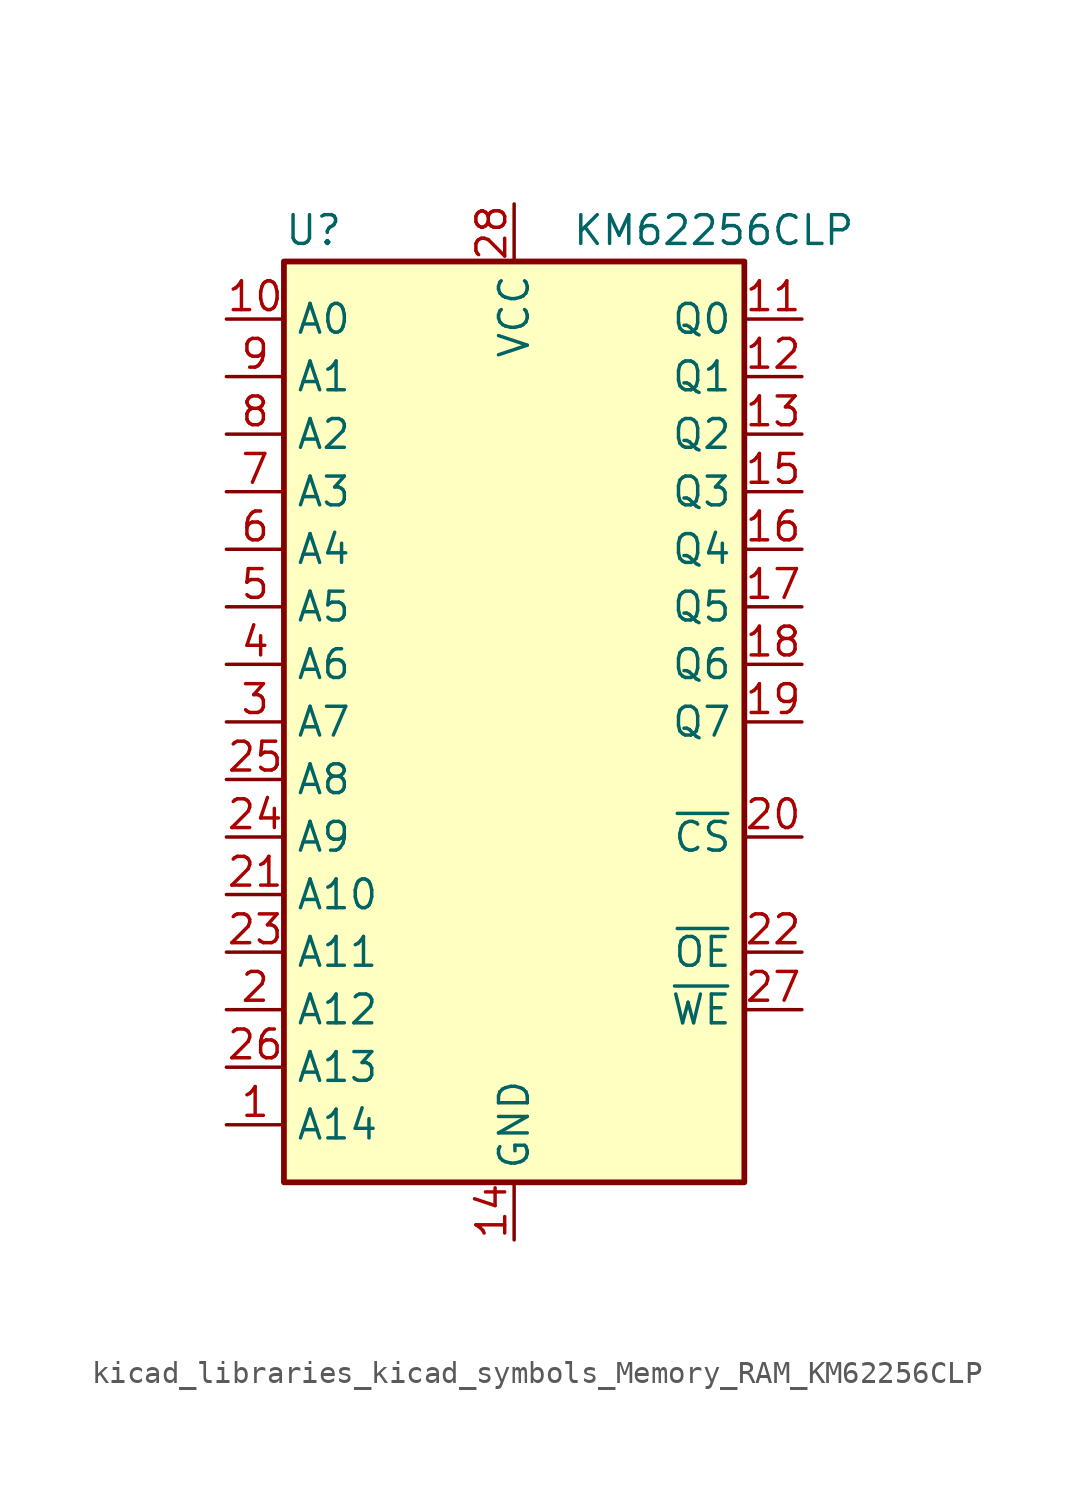
<source format=kicad_sym>
(kicad_symbol_lib
  (version 20220914)
  (generator kicad_symbol_editor)
  (symbol "kicad_libraries_kicad_symbols_Memory_RAM_KM62256CLP"
    (property "Reference" "U"
      (at -10.16 20.955 0)
      (effects (font (size 1.27 1.27)) (justify left bottom)))
    (property "Value" "KM62256CLP"
      (at 2.54 20.955 0)
      (effects (font (size 1.27 1.27)) (justify left bottom)))
    (symbol "kicad_libraries_kicad_symbols_Memory_RAM_KM62256CLP_0_0"
      (pin power_in line (at 0 -22.86 90) (length 2.54) (name "GND" (effects (font (size 1.27 1.27)))) (number "14" (effects (font (size 1.27 1.27)))))
      (pin power_in line (at 0 22.86 270) (length 2.54) (name "VCC" (effects (font (size 1.27 1.27)))) (number "28" (effects (font (size 1.27 1.27))))))
    (symbol "kicad_libraries_kicad_symbols_Memory_RAM_KM62256CLP_0_1"
      (rectangle (start -10.16 20.32) (end 10.16 -20.32) (stroke (width 0.254) (type default)) (fill (type background))))
    (symbol "kicad_libraries_kicad_symbols_Memory_RAM_KM62256CLP_1_1"
      (pin input line (at -12.7 -17.78 0) (length 2.54) (name "A14" (effects (font (size 1.27 1.27)))) (number "1" (effects (font (size 1.27 1.27)))))
      (pin input line (at -12.7 17.78 0) (length 2.54) (name "A0" (effects (font (size 1.27 1.27)))) (number "10" (effects (font (size 1.27 1.27)))))
      (pin tri_state line (at 12.7 17.78 180) (length 2.54) (name "Q0" (effects (font (size 1.27 1.27)))) (number "11" (effects (font (size 1.27 1.27)))))
      (pin tri_state line (at 12.7 15.24 180) (length 2.54) (name "Q1" (effects (font (size 1.27 1.27)))) (number "12" (effects (font (size 1.27 1.27)))))
      (pin tri_state line (at 12.7 12.7 180) (length 2.54) (name "Q2" (effects (font (size 1.27 1.27)))) (number "13" (effects (font (size 1.27 1.27)))))
      (pin tri_state line (at 12.7 10.16 180) (length 2.54) (name "Q3" (effects (font (size 1.27 1.27)))) (number "15" (effects (font (size 1.27 1.27)))))
      (pin tri_state line (at 12.7 7.62 180) (length 2.54) (name "Q4" (effects (font (size 1.27 1.27)))) (number "16" (effects (font (size 1.27 1.27)))))
      (pin tri_state line (at 12.7 5.08 180) (length 2.54) (name "Q5" (effects (font (size 1.27 1.27)))) (number "17" (effects (font (size 1.27 1.27)))))
      (pin tri_state line (at 12.7 2.54 180) (length 2.54) (name "Q6" (effects (font (size 1.27 1.27)))) (number "18" (effects (font (size 1.27 1.27)))))
      (pin tri_state line (at 12.7 0 180) (length 2.54) (name "Q7" (effects (font (size 1.27 1.27)))) (number "19" (effects (font (size 1.27 1.27)))))
      (pin input line (at -12.7 -12.7 0) (length 2.54) (name "A12" (effects (font (size 1.27 1.27)))) (number "2" (effects (font (size 1.27 1.27)))))
      (pin input line (at 12.7 -5.08 180) (length 2.54) (name "~{CS}" (effects (font (size 1.27 1.27)))) (number "20" (effects (font (size 1.27 1.27)))))
      (pin input line (at -12.7 -7.62 0) (length 2.54) (name "A10" (effects (font (size 1.27 1.27)))) (number "21" (effects (font (size 1.27 1.27)))))
      (pin input line (at 12.7 -10.16 180) (length 2.54) (name "~{OE}" (effects (font (size 1.27 1.27)))) (number "22" (effects (font (size 1.27 1.27)))))
      (pin input line (at -12.7 -10.16 0) (length 2.54) (name "A11" (effects (font (size 1.27 1.27)))) (number "23" (effects (font (size 1.27 1.27)))))
      (pin input line (at -12.7 -5.08 0) (length 2.54) (name "A9" (effects (font (size 1.27 1.27)))) (number "24" (effects (font (size 1.27 1.27)))))
      (pin input line (at -12.7 -2.54 0) (length 2.54) (name "A8" (effects (font (size 1.27 1.27)))) (number "25" (effects (font (size 1.27 1.27)))))
      (pin input line (at -12.7 -15.24 0) (length 2.54) (name "A13" (effects (font (size 1.27 1.27)))) (number "26" (effects (font (size 1.27 1.27)))))
      (pin input line (at 12.7 -12.7 180) (length 2.54) (name "~{WE}" (effects (font (size 1.27 1.27)))) (number "27" (effects (font (size 1.27 1.27)))))
      (pin input line (at -12.7 0 0) (length 2.54) (name "A7" (effects (font (size 1.27 1.27)))) (number "3" (effects (font (size 1.27 1.27)))))
      (pin input line (at -12.7 2.54 0) (length 2.54) (name "A6" (effects (font (size 1.27 1.27)))) (number "4" (effects (font (size 1.27 1.27)))))
      (pin input line (at -12.7 5.08 0) (length 2.54) (name "A5" (effects (font (size 1.27 1.27)))) (number "5" (effects (font (size 1.27 1.27)))))
      (pin input line (at -12.7 7.62 0) (length 2.54) (name "A4" (effects (font (size 1.27 1.27)))) (number "6" (effects (font (size 1.27 1.27)))))
      (pin input line (at -12.7 10.16 0) (length 2.54) (name "A3" (effects (font (size 1.27 1.27)))) (number "7" (effects (font (size 1.27 1.27)))))
      (pin input line (at -12.7 12.7 0) (length 2.54) (name "A2" (effects (font (size 1.27 1.27)))) (number "8" (effects (font (size 1.27 1.27)))))
      (pin input line (at -12.7 15.24 0) (length 2.54) (name "A1" (effects (font (size 1.27 1.27)))) (number "9" (effects (font (size 1.27 1.27))))))))
</source>
